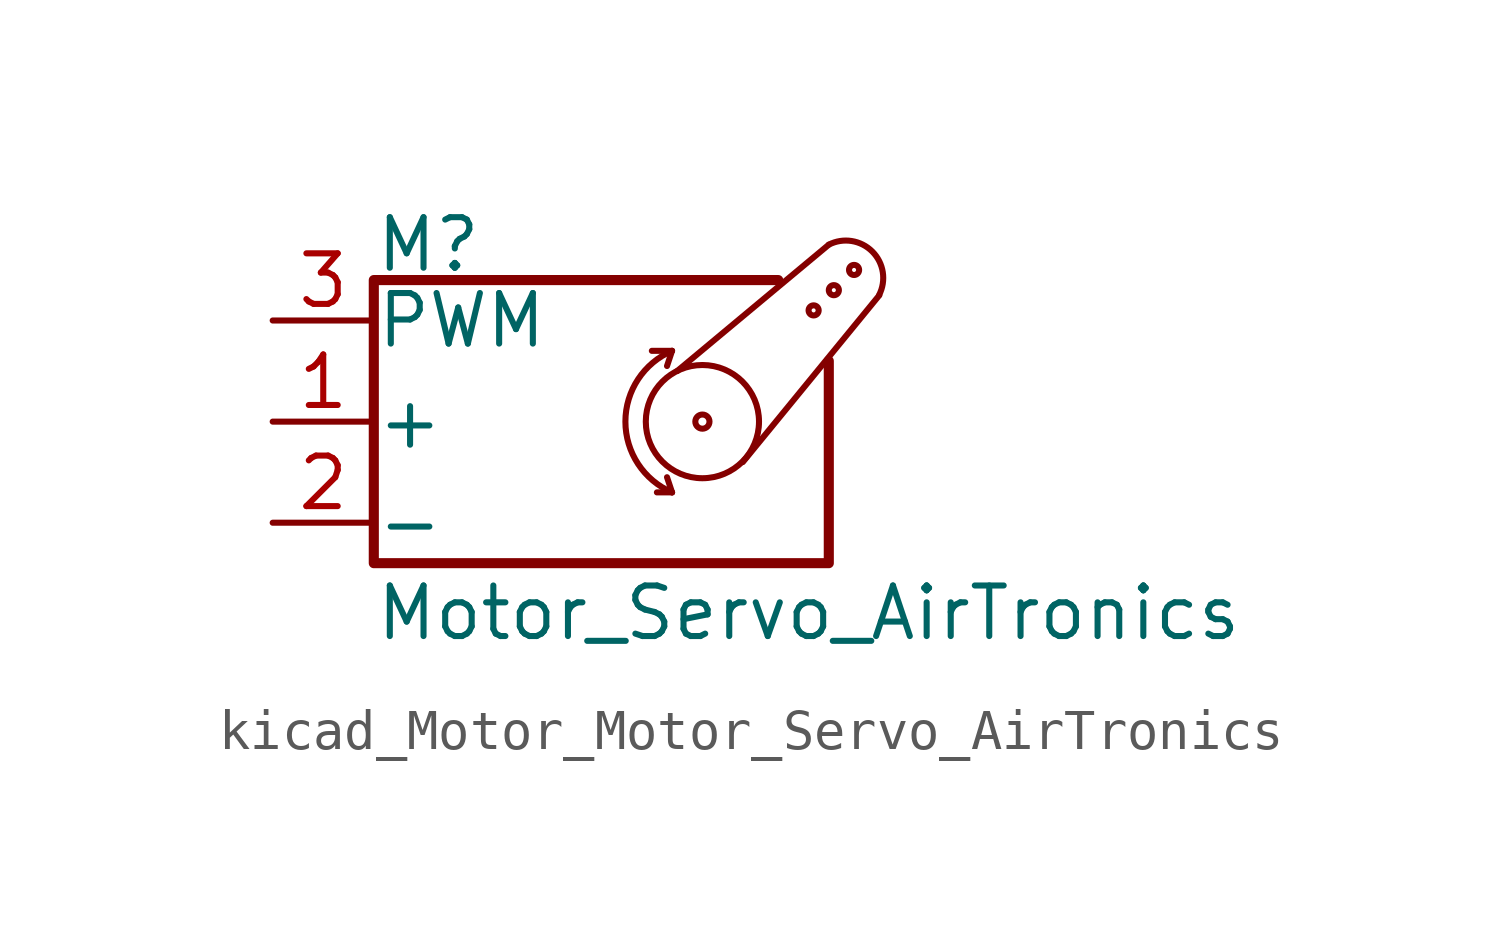
<source format=kicad_sym>
(kicad_symbol_lib
  (version 20220914)
  (generator kicad_symbol_editor)
  (symbol "kicad_Motor_Motor_Servo_AirTronics"
    (pin_names
      (offset 0.025))
    (property "Reference" "M"
      (at -5.08 4.445 0)
      (effects (font (size 1.27 1.27)) (justify left)))
    (property "Value" "Motor_Servo_AirTronics"
      (at -5.08 -4.064 0)
      (effects (font (size 1.27 1.27)) (justify left top)))
    (symbol "kicad_Motor_Motor_Servo_AirTronics_0_1"
      (polyline (pts (xy 2.413 -1.778) (xy 2.032 -1.778)) (stroke (width 0) (type default)) (fill (type none)))
      (polyline (pts (xy 2.413 -1.778) (xy 2.286 -1.397)) (stroke (width 0) (type default)) (fill (type none)))
      (polyline (pts (xy 2.413 1.778) (xy 1.905 1.778)) (stroke (width 0) (type default)) (fill (type none)))
      (polyline (pts (xy 2.413 1.778) (xy 2.286 1.397)) (stroke (width 0) (type default)) (fill (type none)))
      (polyline (pts (xy 6.35 4.445) (xy 2.54 1.27)) (stroke (width 0) (type default)) (fill (type none)))
      (polyline (pts (xy 7.62 3.175) (xy 4.191 -1.016)) (stroke (width 0) (type default)) (fill (type none)))
      (polyline (pts (xy 6.35 1.524) (xy 6.35 -3.556) (xy -5.08 -3.556) (xy -5.08 3.556) (xy 5.08 3.556)) (stroke (width 0.254) (type default)) (fill (type none)))
      (arc (start 2.413 1.778) (mid 1.2406 0) (end 2.413 -1.778) (stroke (width 0) (type default)) (fill (type none)))
      (circle (center 3.175 0) (radius 0.178) (stroke (width 0) (type default)) (fill (type none)))
      (circle (center 3.175 0) (radius 1.422) (stroke (width 0) (type default)) (fill (type none)))
      (circle (center 5.969 2.794) (radius 0.127) (stroke (width 0) (type default)) (fill (type none)))
      (circle (center 6.477 3.302) (radius 0.127) (stroke (width 0) (type default)) (fill (type none)))
      (circle (center 6.985 3.81) (radius 0.127) (stroke (width 0) (type default)) (fill (type none)))
      (arc (start 7.62 3.175) (mid 7.4485 4.2735) (end 6.35 4.445) (stroke (width 0) (type default)) (fill (type none))))
    (symbol "kicad_Motor_Motor_Servo_AirTronics_1_1"
      (pin passive line (at -7.62 0 0) (length 2.54) (name "+" (effects (font (size 1.27 1.27)))) (number "1" (effects (font (size 1.27 1.27)))))
      (pin passive line (at -7.62 -2.54 0) (length 2.54) (name "-" (effects (font (size 1.27 1.27)))) (number "2" (effects (font (size 1.27 1.27)))))
      (pin passive line (at -7.62 2.54 0) (length 2.54) (name "PWM" (effects (font (size 1.27 1.27)))) (number "3" (effects (font (size 1.27 1.27))))))))
</source>
